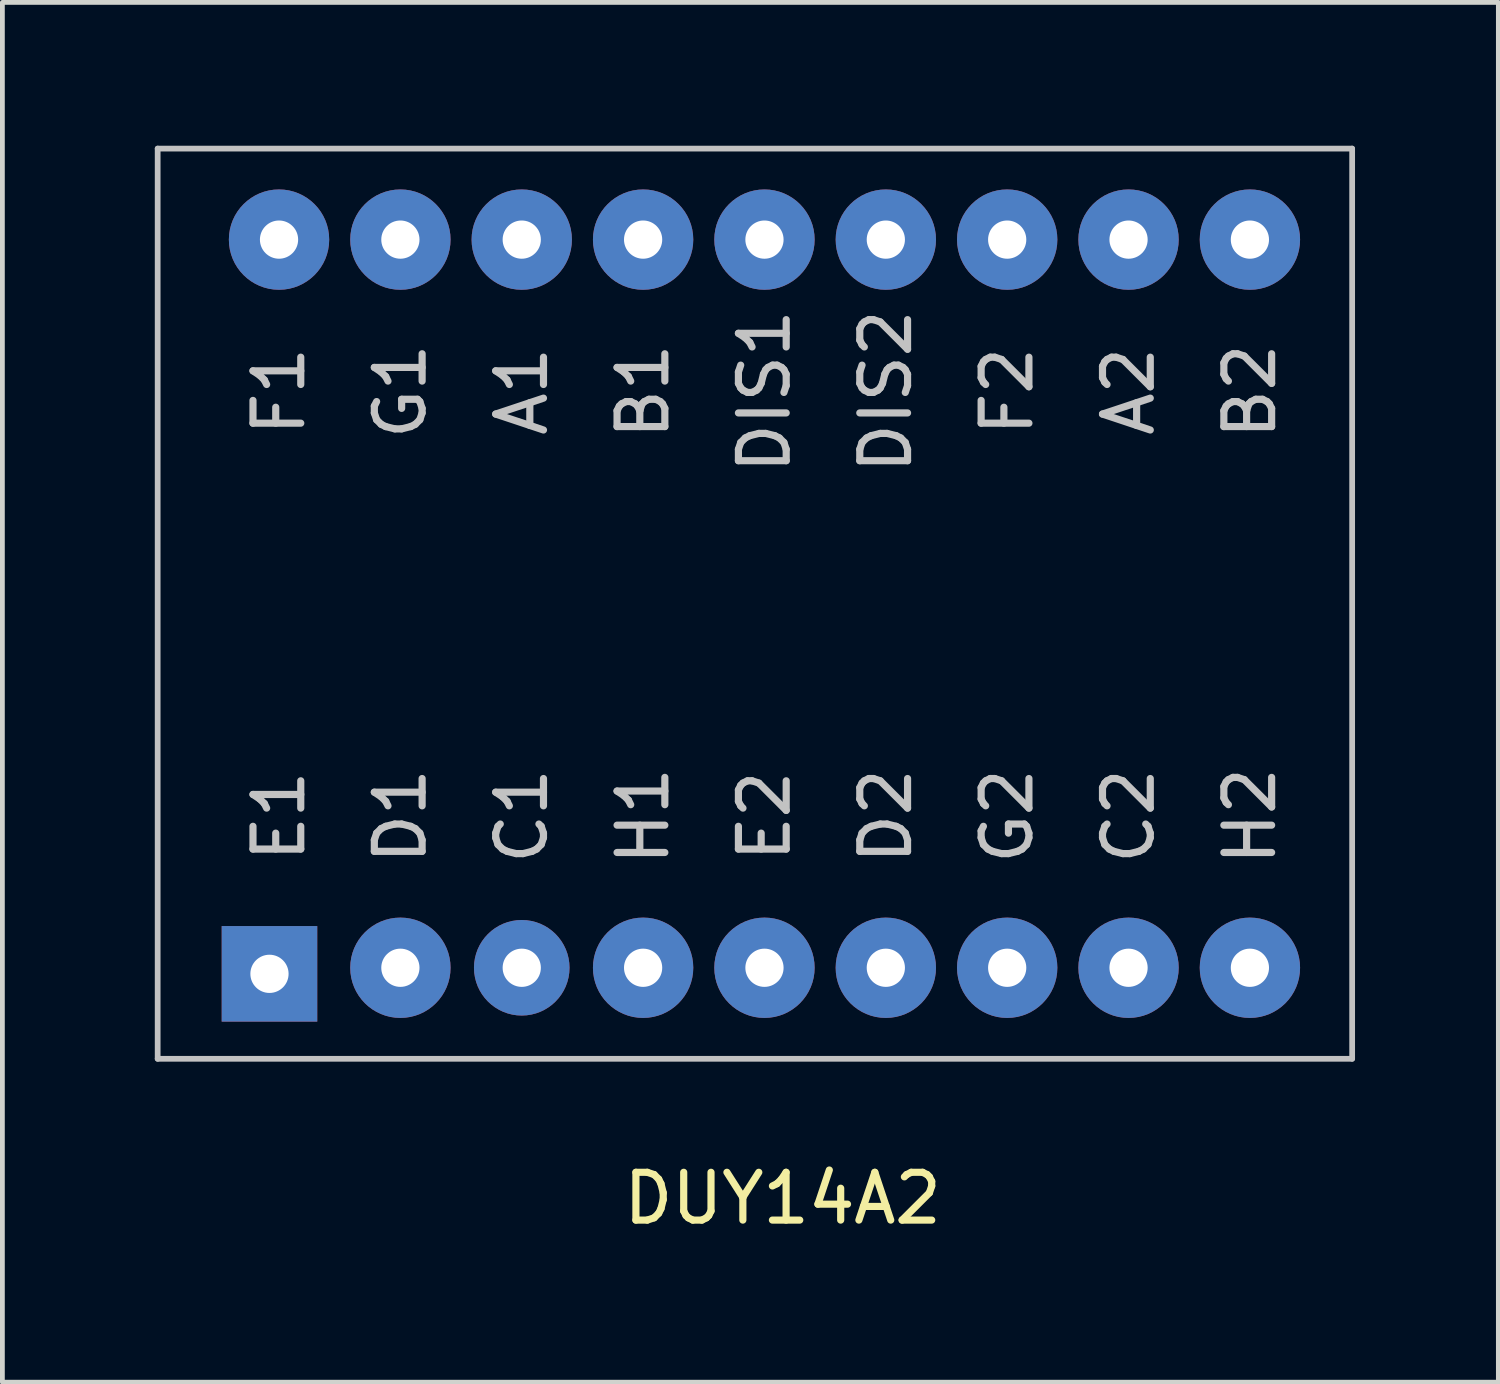
<source format=kicad_pcb>
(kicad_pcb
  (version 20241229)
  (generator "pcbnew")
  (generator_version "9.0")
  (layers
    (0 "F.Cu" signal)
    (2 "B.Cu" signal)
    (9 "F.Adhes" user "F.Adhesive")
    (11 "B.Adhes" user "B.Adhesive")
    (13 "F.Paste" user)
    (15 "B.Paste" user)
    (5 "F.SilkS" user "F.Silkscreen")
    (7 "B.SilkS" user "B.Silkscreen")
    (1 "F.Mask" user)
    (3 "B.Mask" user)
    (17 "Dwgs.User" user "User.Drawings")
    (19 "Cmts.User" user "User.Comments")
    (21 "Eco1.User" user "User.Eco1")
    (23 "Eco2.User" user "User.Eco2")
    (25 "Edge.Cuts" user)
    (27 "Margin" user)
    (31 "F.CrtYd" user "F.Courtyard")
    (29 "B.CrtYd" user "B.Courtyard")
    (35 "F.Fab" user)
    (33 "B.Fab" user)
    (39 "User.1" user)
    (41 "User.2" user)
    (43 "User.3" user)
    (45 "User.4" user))
  (footprint "DUY14A2"
    (layer "F.Cu")
    (at 0.25 19.11)
    (property "Reference" "DUY14A2" (at 13.081 2.921 0) (layer "F.SilkS") (effects (font (size 1 1) (thickness 0.15))))
    (attr through_hole)
    (fp_line (start 0 -19.05) (end 0 0) (stroke (width 0.12) (type solid)) (layer "Dwgs.User"))
    (fp_line (start 0 0) (end 25 0) (stroke (width 0.12) (type solid)) (layer "Dwgs.User"))
    (fp_line (start 25 -19.05) (end 0 -19.05) (stroke (width 0.12) (type solid)) (layer "Dwgs.User"))
    (fp_line (start 25 0) (end 25 -19.05) (stroke (width 0.12) (type solid)) (layer "Dwgs.User"))
    (fp_text user "C2" (at 20.32 -5.08 90) (layer "Dwgs.User") (effects (font (size 1 1) (thickness 0.15))))
    (fp_text user "B2" (at 22.86 -13.97 90) (layer "Dwgs.User") (effects (font (size 1 1) (thickness 0.15))))
    (fp_text user "A2" (at 20.32 -13.97 90) (layer "Dwgs.User") (effects (font (size 1 1) (thickness 0.15))))
    (fp_text user "C1" (at 7.62 -5.08 90) (layer "Dwgs.User") (effects (font (size 1 1) (thickness 0.15))))
    (fp_text user "H1" (at 10.16 -5.08 90) (layer "Dwgs.User") (effects (font (size 1 1) (thickness 0.15))))
    (fp_text user "DIS1" (at 12.7 -13.97 90) (layer "Dwgs.User") (effects (font (size 1 1) (thickness 0.15))))
    (fp_text user "G1" (at 5.08 -13.97 90) (layer "Dwgs.User") (effects (font (size 1 1) (thickness 0.15))))
    (fp_text user "E2" (at 12.7 -5.08 90) (layer "Dwgs.User") (effects (font (size 1 1) (thickness 0.15))))
    (fp_text user "B1" (at 10.16 -13.97 90) (layer "Dwgs.User") (effects (font (size 1 1) (thickness 0.15))))
    (fp_text user "H2" (at 22.86 -5.08 90) (layer "Dwgs.User") (effects (font (size 1 1) (thickness 0.15))))
    (fp_text user "F2" (at 17.78 -13.97 90) (layer "Dwgs.User") (effects (font (size 1 1) (thickness 0.15))))
    (fp_text user "G2" (at 17.78 -5.08 90) (layer "Dwgs.User") (effects (font (size 1 1) (thickness 0.15))))
    (fp_text user "D2" (at 15.24 -5.08 90) (layer "Dwgs.User") (effects (font (size 1 1) (thickness 0.15))))
    (fp_text user "F1" (at 2.54 -13.97 90) (layer "Dwgs.User") (effects (font (size 1 1) (thickness 0.15))))
    (fp_text user "A1" (at 7.62 -13.97 90) (layer "Dwgs.User") (effects (font (size 1 1) (thickness 0.15))))
    (fp_text user "D1" (at 5.08 -5.08 90) (layer "Dwgs.User") (effects (font (size 1 1) (thickness 0.15))))
    (fp_text user "E1" (at 2.54 -5.08 90) (layer "Dwgs.User") (effects (font (size 1 1) (thickness 0.15))))
    (fp_text user "DIS2" (at 15.24 -13.97 90) (layer "Dwgs.User") (effects (font (size 1 1) (thickness 0.15))))
    (pad "1" thru_hole rect (at 2.34 -1.778) (size 2 2) (drill 0.8) (layers "*.Cu" "*.Mask"))
    (pad "2" thru_hole circle (at 5.08 -1.905) (size 2.1 2.1) (drill 0.8) (layers "*.Cu" "*.Mask"))
    (pad "3" thru_hole circle (at 7.62 -1.905) (size 2 2) (drill 0.8) (layers "*.Cu" "*.Mask"))
    (pad "4" thru_hole circle (at 10.16 -1.905) (size 2.1 2.1) (drill 0.8) (layers "*.Cu" "*.Mask"))
    (pad "5" thru_hole circle (at 12.7 -1.905) (size 2.1 2.1) (drill 0.8) (layers "*.Cu" "*.Mask"))
    (pad "6" thru_hole circle (at 15.24 -1.905) (size 2.1 2.1) (drill 0.8) (layers "*.Cu" "*.Mask"))
    (pad "7" thru_hole circle (at 17.78 -1.905) (size 2.1 2.1) (drill 0.8) (layers "*.Cu" "*.Mask"))
    (pad "8" thru_hole circle (at 20.32 -1.905) (size 2.1 2.1) (drill 0.8) (layers "*.Cu" "*.Mask"))
    (pad "9" thru_hole circle (at 22.86 -1.905) (size 2.1 2.1) (drill 0.8) (layers "*.Cu" "*.Mask"))
    (pad "10" thru_hole circle (at 22.86 -17.145) (size 2.1 2.1) (drill 0.8) (layers "*.Cu" "*.Mask"))
    (pad "11" thru_hole circle (at 20.32 -17.145) (size 2.1 2.1) (drill 0.8) (layers "*.Cu" "*.Mask"))
    (pad "12" thru_hole circle (at 17.78 -17.145) (size 2.1 2.1) (drill 0.8) (layers "*.Cu" "*.Mask"))
    (pad "13" thru_hole circle (at 15.24 -17.145) (size 2.1 2.1) (drill 0.8) (layers "*.Cu" "*.Mask"))
    (pad "14" thru_hole circle (at 12.7 -17.145) (size 2.1 2.1) (drill 0.8) (layers "*.Cu" "*.Mask"))
    (pad "15" thru_hole circle (at 10.16 -17.145) (size 2.1 2.1) (drill 0.8) (layers "*.Cu" "*.Mask"))
    (pad "16" thru_hole circle (at 7.62 -17.145) (size 2.1 2.1) (drill 0.8) (layers "*.Cu" "*.Mask"))
    (pad "17" thru_hole circle (at 5.08 -17.145) (size 2.1 2.1) (drill 0.8) (layers "*.Cu" "*.Mask"))
    (pad "18" thru_hole circle (at 2.54 -17.145) (size 2.1 2.1) (drill 0.8) (layers "*.Cu" "*.Mask")))
  (gr_rect
    (start -3 -3)
    (end 28.31 25.879)
    (stroke (width 0.1) (type default))
    (fill no)
    (layer "Edge.Cuts")))
</source>
